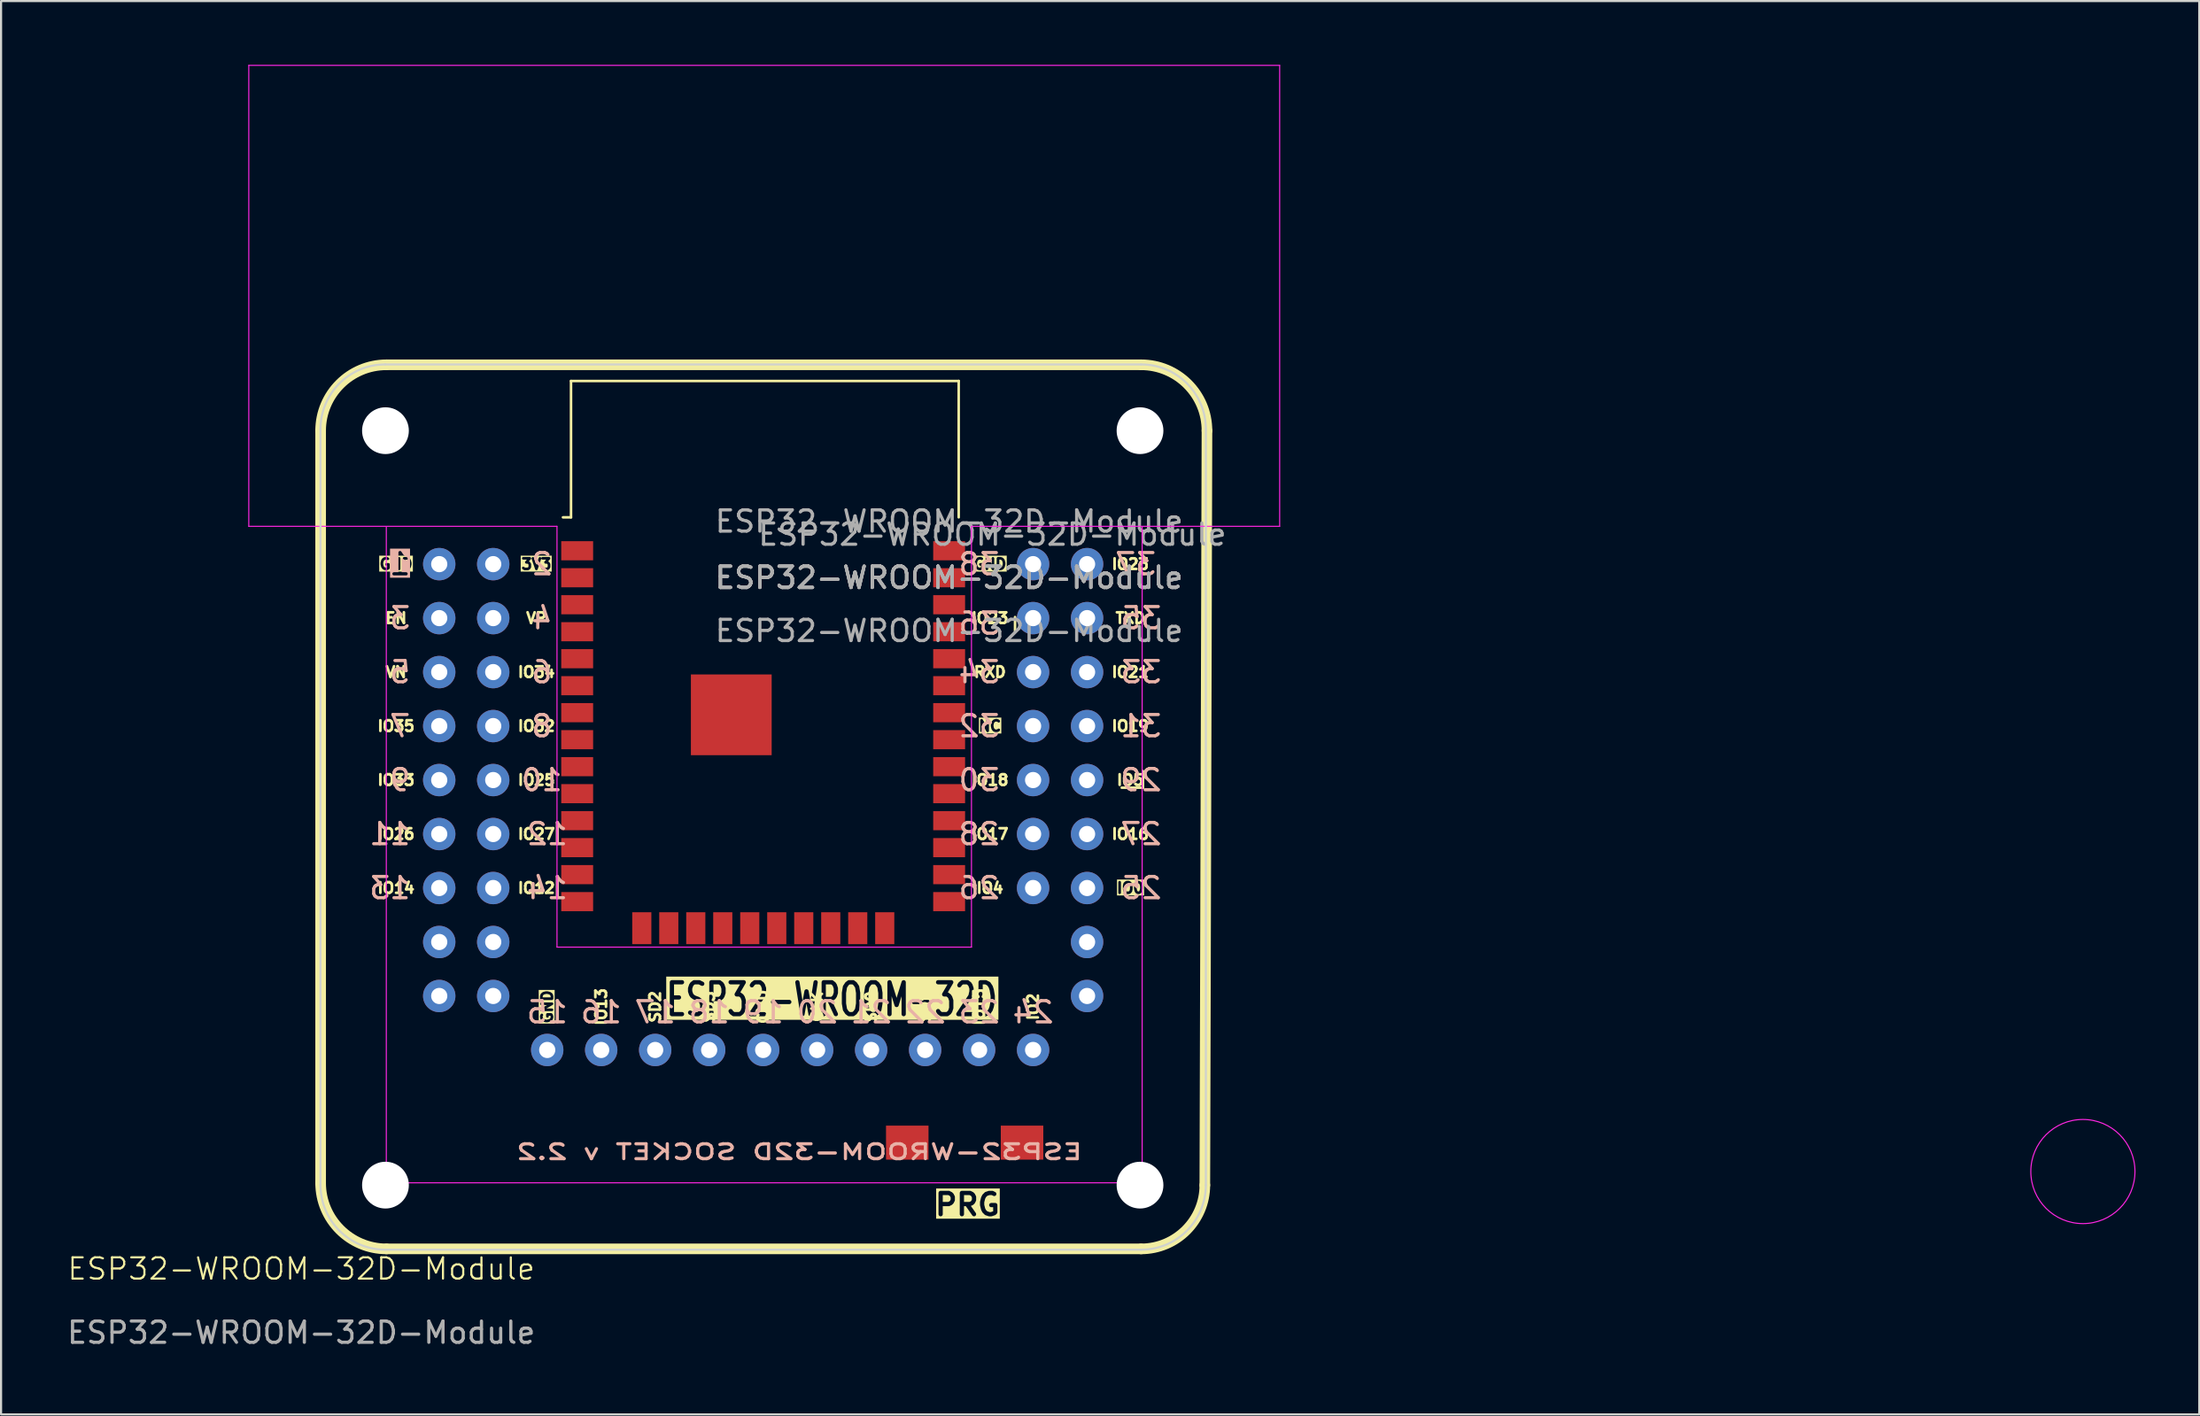
<source format=kicad_pcb>
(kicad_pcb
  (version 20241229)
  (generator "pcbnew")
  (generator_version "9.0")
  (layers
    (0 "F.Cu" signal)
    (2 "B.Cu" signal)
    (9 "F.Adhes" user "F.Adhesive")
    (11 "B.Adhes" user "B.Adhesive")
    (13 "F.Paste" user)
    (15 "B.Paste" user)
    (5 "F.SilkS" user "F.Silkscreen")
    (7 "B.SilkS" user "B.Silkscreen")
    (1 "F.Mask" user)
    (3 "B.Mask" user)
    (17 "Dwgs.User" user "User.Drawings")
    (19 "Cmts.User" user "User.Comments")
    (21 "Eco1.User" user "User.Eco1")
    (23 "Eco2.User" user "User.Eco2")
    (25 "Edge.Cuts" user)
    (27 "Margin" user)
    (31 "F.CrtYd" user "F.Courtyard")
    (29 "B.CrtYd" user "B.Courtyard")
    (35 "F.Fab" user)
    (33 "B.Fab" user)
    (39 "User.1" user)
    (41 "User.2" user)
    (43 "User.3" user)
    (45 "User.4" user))
  (footprint "ESP32-WROOM-32D-Module"
    (layer "F.Cu")
    (at 11.125 57.155)
    (property "Reference" "ESP32-WROOM-32D-Module" (at 0 -0.5 0) (unlocked yes) (layer "F.SilkS") (effects (font (size 1 1) (thickness 0.1))))
    (attr smd)
    (fp_line (start 0.91 -4.54) (end 0.91 -39.94) (stroke (width 0.5) (type default)) (layer "F.SilkS"))
    (fp_line (start 4.01 -1.44) (end 39.51 -1.44) (stroke (width 0.5) (type default)) (layer "F.SilkS"))
    (fp_line (start 12.69 -42.278) (end 12.69 -35.862) (stroke (width 0.12) (type solid)) (layer "F.SilkS"))
    (fp_line (start 12.69 -42.278) (end 30.93 -42.278) (stroke (width 0.12) (type solid)) (layer "F.SilkS"))
    (fp_line (start 12.69 -35.862) (end 12.31 -35.862) (stroke (width 0.12) (type solid)) (layer "F.SilkS"))
    (fp_line (start 30.93 -42.278) (end 30.93 -35.862) (stroke (width 0.12) (type solid)) (layer "F.SilkS"))
    (fp_line (start 33.58 -31.17) (end 33.58 -30.52) (stroke (width 0.12) (type solid)) (layer "F.SilkS"))
    (fp_line (start 39.51 -43.04) (end 4.01 -43.04) (stroke (width 0.5) (type default)) (layer "F.SilkS"))
    (fp_line (start 39.6 -23.92) (end 39.6 -23.14) (stroke (width 0.12) (type solid)) (layer "F.SilkS"))
    (fp_line (start 39.6 -23.14) (end 38.6 -23.14) (stroke (width 0.12) (type solid)) (layer "F.SilkS"))
    (fp_line (start 42.51 -4.44) (end 42.61 -39.94) (stroke (width 0.5) (type default)) (layer "F.SilkS"))
    (fp_arc (start 0.91 -39.94) (mid 1.817969 -42.132031) (end 4.01 -43.04) (stroke (width 0.5) (type default)) (layer "F.SilkS"))
    (fp_arc (start 4.01 -1.44) (mid 1.817969 -2.347969) (end 0.91 -4.54) (stroke (width 0.5) (type default)) (layer "F.SilkS"))
    (fp_arc (start 39.51 -43.04) (mid 41.702031 -42.132031) (end 42.61 -39.94) (stroke (width 0.5) (type default)) (layer "F.SilkS"))
    (fp_arc (start 42.51 -4.44) (mid 41.63132 -2.31868) (end 39.51 -1.44) (stroke (width 0.5) (type default)) (layer "F.SilkS"))
    (fp_line (start 0.902 -40.01) (end 0.902 -4.45) (stroke (width 0.1) (type default)) (layer "Edge.Cuts"))
    (fp_line (start 39.51 -43.058) (end 3.95 -43.058) (stroke (width 0.1) (type default)) (layer "Edge.Cuts"))
    (fp_line (start 39.51 -1.402) (end 3.95 -1.402) (stroke (width 0.1) (type default)) (layer "Edge.Cuts"))
    (fp_line (start 42.558 -4.45) (end 42.558 -40.01) (stroke (width 0.1) (type default)) (layer "Edge.Cuts"))
    (fp_arc (start 0.902 -40.01) (mid 1.794739 -42.165261) (end 3.95 -43.058) (stroke (width 0.1) (type default)) (layer "Edge.Cuts"))
    (fp_arc (start 3.95 -1.402) (mid 1.794739 -2.294739) (end 0.902 -4.45) (stroke (width 0.1) (type default)) (layer "Edge.Cuts"))
    (fp_arc (start 39.51 -43.058) (mid 41.665261 -42.165261) (end 42.558 -40.01) (stroke (width 0.1) (type default)) (layer "Edge.Cuts"))
    (fp_arc (start 42.558 -4.45) (mid 41.665261 -2.294739) (end 39.51 -1.402) (stroke (width 0.1) (type default)) (layer "Edge.Cuts"))
    (fp_line (start -2.47 -57.13) (end -2.47 -35.44) (stroke (width 0.05) (type solid)) (layer "F.CrtYd"))
    (fp_line (start -2.47 -57.13) (end 46.03 -57.13) (stroke (width 0.05) (type solid)) (layer "F.CrtYd"))
    (fp_line (start -2.47 -35.44) (end 12.03 -35.44) (stroke (width 0.05) (type solid)) (layer "F.CrtYd"))
    (fp_line (start 4 -35.411) (end 4 -4.55) (stroke (width 0.05) (type solid)) (layer "F.CrtYd"))
    (fp_line (start 12.03 -15.64) (end 12.03 -35.44) (stroke (width 0.05) (type solid)) (layer "F.CrtYd"))
    (fp_line (start 12.03 -15.64) (end 31.53 -15.64) (stroke (width 0.05) (type solid)) (layer "F.CrtYd"))
    (fp_line (start 31.53 -35.44) (end 31.53 -15.64) (stroke (width 0.05) (type solid)) (layer "F.CrtYd"))
    (fp_line (start 31.53 -35.44) (end 46.03 -35.44) (stroke (width 0.05) (type solid)) (layer "F.CrtYd"))
    (fp_line (start 39.56 -35.411) (end 39.56 -4.55) (stroke (width 0.05) (type solid)) (layer "F.CrtYd"))
    (fp_line (start 39.56 -4.55) (end 4 -4.55) (stroke (width 0.05) (type solid)) (layer "F.CrtYd"))
    (fp_line (start 46.03 -57.13) (end 46.03 -35.44) (stroke (width 0.05) (type solid)) (layer "F.CrtYd"))
    (fp_circle (center 83.82 -5.08) (end 86.27 -5.08) (stroke (width 0.05) (type solid)) (fill no) (layer "F.CrtYd"))
    (fp_text user "IO15" (at 31.89 -12.832 90) (unlocked yes) (layer "F.SilkS") (effects (font (size 0.5 0.5) (thickness 0.125))))
    (fp_text user "IO19" (at 39.002 -26.04 0) (unlocked yes) (layer "F.SilkS") (effects (font (size 0.5 0.5) (thickness 0.125))))
    (fp_text user "IO23" (at 32.398 -31.12 0) (unlocked yes) (layer "F.SilkS") (effects (font (size 0.5 0.5) (thickness 0.125))))
    (fp_text user "CMD" (at 21.73 -12.832 90) (unlocked yes) (layer "F.SilkS") (effects (font (size 0.5 0.5) (thickness 0.125))))
    (fp_text user "IO18" (at 32.398 -23.5 0) (unlocked yes) (layer "F.SilkS") (effects (font (size 0.5 0.5) (thickness 0.125))))
    (fp_text user "TXD" (at 39.002 -31.12 0) (unlocked yes) (layer "F.SilkS") (effects (font (size 0.5 0.5) (thickness 0.125))))
    (fp_text user "IO13" (at 14.11 -12.832 90) (unlocked yes) (layer "F.SilkS") (effects (font (size 0.5 0.5) (thickness 0.125))))
    (fp_text user "IO17" (at 32.398 -20.96 0) (unlocked yes) (layer "F.SilkS") (effects (font (size 0.5 0.5) (thickness 0.125))))
    (fp_text user "IO26" (at 4.458 -20.96 0) (unlocked yes) (layer "F.SilkS") (effects (font (size 0.5 0.5) (thickness 0.125))))
    (fp_text user "IO27" (at 11.062 -20.96 0) (unlocked yes) (layer "F.SilkS") (effects (font (size 0.5 0.5) (thickness 0.125))))
    (fp_text user "IO16" (at 39.002 -20.96 0) (unlocked yes) (layer "F.SilkS") (effects (font (size 0.5 0.5) (thickness 0.125))))
    (fp_text user "IO33" (at 4.458 -23.5 0) (unlocked yes) (layer "F.SilkS") (effects (font (size 0.5 0.5) (thickness 0.125))))
    (fp_text user "SD2" (at 16.65 -12.832 90) (unlocked yes) (layer "F.SilkS") (effects (font (size 0.5 0.5) (thickness 0.125))))
    (fp_text user "IO12" (at 11.062 -18.42 0) (unlocked yes) (layer "F.SilkS") (effects (font (size 0.5 0.5) (thickness 0.125))))
    (fp_text user "IO21" (at 39.002 -28.58 0) (unlocked yes) (layer "F.SilkS") (effects (font (size 0.5 0.5) (thickness 0.125))))
    (fp_text user "ESP32-WROOM-32D" (at 24.96 -13.17 0) (unlocked yes) (layer "F.SilkS" knockout) (effects (font (size 1.5 1) (thickness 0.2) (bold yes))))
    (fp_text user "CLK" (at 24.27 -12.832 90) (unlocked yes) (layer "F.SilkS") (effects (font (size 0.5 0.5) (thickness 0.125))))
    (fp_text user "VP" (at 11.062 -31.12 0) (unlocked yes) (layer "F.SilkS") (effects (font (size 0.5 0.5) (thickness 0.125))))
    (fp_text user "IO5" (at 39.002 -23.5 0) (unlocked yes) (layer "F.SilkS") (effects (font (size 0.5 0.5) (thickness 0.125))))
    (fp_text user "NC" (at 32.398 -26.04 0) (unlocked yes) (layer "F.SilkS" knockout) (effects (font (size 0.5 0.5) (thickness 0.125))))
    (fp_text user "IO25" (at 11.062 -23.5 0) (unlocked yes) (layer "F.SilkS") (effects (font (size 0.5 0.5) (thickness 0.125))))
    (fp_text user "SD3" (at 19.19 -12.832 90) (unlocked yes) (layer "F.SilkS") (effects (font (size 0.5 0.5) (thickness 0.125))))
    (fp_text user "IO4" (at 32.398 -18.42 0) (unlocked yes) (layer "F.SilkS") (effects (font (size 0.5 0.5) (thickness 0.125))))
    (fp_text user "RXD" (at 32.398 -28.58 0) (unlocked yes) (layer "F.SilkS") (effects (font (size 0.5 0.5) (thickness 0.125))))
    (fp_text user "SD0" (at 26.81 -12.832 90) (unlocked yes) (layer "F.SilkS") (effects (font (size 0.5 0.5) (thickness 0.125))))
    (fp_text user "IO0" (at 39.002 -18.42 0) (unlocked yes) (layer "F.SilkS" knockout) (effects (font (size 0.5 0.5) (thickness 0.125))))
    (fp_text user "GND" (at 11.57 -12.832 90) (unlocked yes) (layer "F.SilkS" knockout) (effects (font (size 0.5 0.5) (thickness 0.125))))
    (fp_text user "SD1" (at 29.35 -12.832 90) (unlocked yes) (layer "F.SilkS") (effects (font (size 0.5 0.5) (thickness 0.125))))
    (fp_text user "VN" (at 4.458 -28.58 0) (unlocked yes) (layer "F.SilkS") (effects (font (size 0.5 0.5) (thickness 0.125))))
    (fp_text user "IO35" (at 4.458 -26.04 0) (unlocked yes) (layer "F.SilkS") (effects (font (size 0.5 0.5) (thickness 0.125))))
    (fp_text user "PRG" (at 29.71 -2.94 0) (unlocked yes) (layer "F.SilkS" knockout) (effects (font (size 1 1) (thickness 0.2) (bold yes)) (justify left bottom)))
    (fp_text user "GND" (at 32.398 -33.66 0) (unlocked yes) (layer "F.SilkS" knockout) (effects (font (size 0.5 0.5) (thickness 0.125))))
    (fp_text user "IO34" (at 11.062 -28.58 0) (unlocked yes) (layer "F.SilkS") (effects (font (size 0.5 0.5) (thickness 0.125))))
    (fp_text user "IO23" (at 39.002 -33.66 0) (unlocked yes) (layer "F.SilkS") (effects (font (size 0.5 0.5) (thickness 0.125))))
    (fp_text user "3V3" (at 11.062 -33.66 0) (unlocked yes) (layer "F.SilkS" knockout) (effects (font (size 0.5 0.5) (thickness 0.125))))
    (fp_text user "GND" (at 4.458 -33.66 0) (unlocked yes) (layer "F.SilkS" knockout) (effects (font (size 0.5 0.5) (thickness 0.125))))
    (fp_text user "IO2" (at 34.43 -12.832 90) (unlocked yes) (layer "F.SilkS") (effects (font (size 0.5 0.5) (thickness 0.125))))
    (fp_text user "EN" (at 4.458 -31.12 0) (unlocked yes) (layer "F.SilkS") (effects (font (size 0.5 0.5) (thickness 0.125))))
    (fp_text user "IO14" (at 4.458 -18.42 0) (unlocked yes) (layer "F.SilkS") (effects (font (size 0.5 0.5) (thickness 0.125))))
    (fp_text user "IO32" (at 11.062 -26.04 0) (unlocked yes) (layer "F.SilkS") (effects (font (size 0.5 0.5) (thickness 0.125))))
    (fp_text user "22" (at 29.35 -12.578 0) (unlocked yes) (layer "B.SilkS") (effects (font (size 1 1) (thickness 0.15)) (justify mirror)))
    (fp_text user "17" (at 16.65 -12.578 0) (unlocked yes) (layer "B.SilkS") (effects (font (size 1 1) (thickness 0.15)) (justify mirror)))
    (fp_text user "24" (at 34.43 -12.578 0) (unlocked yes) (layer "B.SilkS") (effects (font (size 1 1) (thickness 0.15)) (justify mirror)))
    (fp_text user "20" (at 24.27 -12.578 0) (unlocked yes) (layer "B.SilkS") (effects (font (size 1 1) (thickness 0.15)) (justify mirror)))
    (fp_text user "8" (at 11.316 -26.04 0) (unlocked yes) (layer "B.SilkS") (effects (font (size 1 1) (thickness 0.15)) (justify mirror)))
    (fp_text user "7" (at 5.22 -26.04 0) (unlocked yes) (layer "B.SilkS") (effects (font (size 1 1) (thickness 0.15)) (justify left mirror)))
    (fp_text user "5" (at 5.22 -28.58 0) (unlocked yes) (layer "B.SilkS") (effects (font (size 1 1) (thickness 0.15)) (justify left mirror)))
    (fp_text user "36" (at 31.89 -30.866 0) (unlocked yes) (layer "B.SilkS") (effects (font (size 1 1) (thickness 0.15)) (justify mirror)))
    (fp_text user "18" (at 19.19 -12.578 0) (unlocked yes) (layer "B.SilkS") (effects (font (size 1 1) (thickness 0.15)) (justify mirror)))
    (fp_text user "37" (at 39.256 -33.66 0) (unlocked yes) (layer "B.SilkS") (effects (font (size 1 1) (thickness 0.15)) (justify mirror)))
    (fp_text user "23\n" (at 31.89 -12.578 0) (unlocked yes) (layer "B.SilkS") (effects (font (size 1 1) (thickness 0.15)) (justify mirror)))
    (fp_text user "16" (at 14.11 -12.578 0) (unlocked yes) (layer "B.SilkS") (effects (font (size 1 1) (thickness 0.15)) (justify mirror)))
    (fp_text user "11" (at 5.22 -20.96 0) (unlocked yes) (layer "B.SilkS") (effects (font (size 1 1) (thickness 0.15)) (justify left mirror)))
    (fp_text user "26" (at 31.89 -18.42 0) (unlocked yes) (layer "B.SilkS") (effects (font (size 1 1) (thickness 0.15)) (justify mirror)))
    (fp_text user "10" (at 11.316 -23.5 0) (unlocked yes) (layer "B.SilkS") (effects (font (size 1 1) (thickness 0.15)) (justify mirror)))
    (fp_text user "25" (at 39.51 -18.42 0) (unlocked yes) (layer "B.SilkS") (effects (font (size 1 1) (thickness 0.15)) (justify mirror)))
    (fp_text user "19" (at 21.73 -12.578 0) (unlocked yes) (layer "B.SilkS") (effects (font (size 1 1) (thickness 0.15)) (justify mirror)))
    (fp_text user "3" (at 5.22 -31.12 0) (unlocked yes) (layer "B.SilkS") (effects (font (size 1 1) (thickness 0.15)) (justify left mirror)))
    (fp_text user "2" (at 11.316 -33.66 0) (unlocked yes) (layer "B.SilkS") (effects (font (size 1 1) (thickness 0.15)) (justify mirror)))
    (fp_text user "ESP32-WROOM-32D SOCKET v 2.2" (at 36.843 -5.593 0) (unlocked yes) (layer "B.SilkS") (effects (font (size 0.7 1) (thickness 0.15)) (justify left bottom mirror)))
    (fp_text user "30" (at 31.89 -23.5 0) (unlocked yes) (layer "B.SilkS") (effects (font (size 1 1) (thickness 0.15)) (justify mirror)))
    (fp_text user "21" (at 26.81 -12.578 0) (unlocked yes) (layer "B.SilkS") (effects (font (size 1 1) (thickness 0.15)) (justify mirror)))
    (fp_text user "14" (at 11.57 -18.42 0) (unlocked yes) (layer "B.SilkS") (effects (font (size 1 1) (thickness 0.15)) (justify mirror)))
    (fp_text user "28" (at 31.89 -20.96 0) (unlocked yes) (layer "B.SilkS") (effects (font (size 1 1) (thickness 0.15)) (justify mirror)))
    (fp_text user "32" (at 31.89 -26.04 0) (unlocked yes) (layer "B.SilkS") (effects (font (size 1 1) (thickness 0.15)) (justify mirror)))
    (fp_text user "34" (at 31.89 -28.58 0) (unlocked yes) (layer "B.SilkS") (effects (font (size 1 1) (thickness 0.15)) (justify mirror)))
    (fp_text user "35" (at 39.51 -31.12 0) (unlocked yes) (layer "B.SilkS") (effects (font (size 1 1) (thickness 0.15)) (justify mirror)))
    (fp_text user "9" (at 5.22 -23.5 0) (unlocked yes) (layer "B.SilkS") (effects (font (size 1 1) (thickness 0.15)) (justify left mirror)))
    (fp_text user "31" (at 39.51 -26.04 0) (unlocked yes) (layer "B.SilkS") (effects (font (size 1 1) (thickness 0.15)) (justify mirror)))
    (fp_text user "13" (at 5.22 -18.42 0) (unlocked yes) (layer "B.SilkS") (effects (font (size 1 1) (thickness 0.15)) (justify left mirror)))
    (fp_text user "1" (at 5.22 -33.66 0) (unlocked yes) (layer "B.SilkS" knockout) (effects (font (size 1 1) (thickness 0.15)) (justify left mirror)))
    (fp_text user "29" (at 39.51 -23.5 0) (unlocked yes) (layer "B.SilkS") (effects (font (size 1 1) (thickness 0.15)) (justify mirror)))
    (fp_text user "27" (at 39.51 -20.96 0) (unlocked yes) (layer "B.SilkS") (effects (font (size 1 1) (thickness 0.15)) (justify mirror)))
    (fp_text user "6" (at 11.316 -28.58 0) (unlocked yes) (layer "B.SilkS") (effects (font (size 1 1) (thickness 0.15)) (justify mirror)))
    (fp_text user "12" (at 11.57 -20.96 0) (unlocked yes) (layer "B.SilkS") (effects (font (size 1 1) (thickness 0.15)) (justify mirror)))
    (fp_text user "38" (at 31.89 -33.66 0) (unlocked yes) (layer "B.SilkS") (effects (font (size 1 1) (thickness 0.15)) (justify mirror)))
    (fp_text user "15" (at 11.57 -12.578 0) (unlocked yes) (layer "B.SilkS") (effects (font (size 1 1) (thickness 0.15)) (justify mirror)))
    (fp_text user "33" (at 39.51 -28.58 0) (unlocked yes) (layer "B.SilkS") (effects (font (size 1 1) (thickness 0.15)) (justify mirror)))
    (fp_text user "4" (at 11.316 -31.12 0) (unlocked yes) (layer "B.SilkS") (effects (font (size 1 1) (thickness 0.15)) (justify mirror)))
    (fp_text user "${REFERENCE}" (at 32.512 -35.052 0) (layer "F.Fab") (effects (font (size 1 1) (thickness 0.15))))
    (fp_text user "${REFERENCE}" (at 30.48 -33.02 0) (layer "F.Fab") (effects (font (size 1 1) (thickness 0.15))))
    (fp_text user "${REFERENCE}" (at 0 2.5 0) (unlocked yes) (layer "F.Fab") (effects (font (size 1 1) (thickness 0.15))))
    (fp_text user "${REFERENCE}" (at 30.48 -35.67 180) (layer "F.Fab") (effects (font (size 1 1) (thickness 0.15))))
    (fp_text user "${REFERENCE}" (at 30.48 -33.02 0) (layer "F.Fab") (effects (font (size 1 1) (thickness 0.15))))
    (fp_text user "${REFERENCE}" (at 30.48 -30.52 0) (unlocked yes) (layer "F.Fab") (effects (font (size 1 1) (thickness 0.15))))
    (fp_text user "${REFERENCE}" (at 30.48 -33.02 0) (layer "F.Fab") (effects (font (size 1 1) (thickness 0.15))))
    (fp_text user "${REFERENCE}" (at 30.48 -33.02 0) (layer "F.Fab") (effects (font (size 1 1) (thickness 0.15))))
    (pad "" np_thru_hole circle (at 3.96 -39.94) (size 2.2 2.2) (drill 2.2) (layers "*.Cu" "*.Mask"))
    (pad "" np_thru_hole circle (at 3.96 -4.44) (size 2.2 2.2) (drill 2.2) (layers "*.Cu" "*.Mask"))
    (pad "" np_thru_hole circle (at 39.46 -39.94) (size 2.2 2.2) (drill 2.2) (layers "*.Cu" "*.Mask"))
    (pad "" np_thru_hole circle (at 39.46 -4.44) (size 2.2 2.2) (drill 2.2) (layers "*.Cu" "*.Mask"))
    (pad "1" thru_hole circle (at 6.49 -33.66) (size 1.524 1.524) (drill 0.762) (layers "*.Cu" "*.Mask"))
    (pad "1" thru_hole circle (at 6.49 -15.88) (size 1.524 1.524) (drill 0.762) (layers "*.Cu" "*.Mask"))
    (pad "1" thru_hole circle (at 6.49 -13.34) (size 1.524 1.524) (drill 0.762) (layers "*.Cu" "*.Mask"))
    (pad "1" smd rect (at 12.98 -34.29) (size 1.5 0.9) (layers "F.Cu" "F.Mask" "F.Paste"))
    (pad "1" smd rect (at 33.91 -6.44 180) (size 2 1.6) (layers "F.Cu" "F.Mask" "F.Paste"))
    (pad "1" thru_hole circle (at 36.97 -13.34 90) (size 1.524 1.524) (drill 0.762) (layers "*.Cu" "*.Mask"))
    (pad "2" thru_hole circle (at 9.03 -33.66) (size 1.524 1.524) (drill 0.762) (layers "*.Cu" "*.Mask"))
    (pad "2" thru_hole circle (at 9.03 -15.88) (size 1.524 1.524) (drill 0.762) (layers "*.Cu" "*.Mask"))
    (pad "2" thru_hole circle (at 9.03 -13.34) (size 1.524 1.524) (drill 0.762) (layers "*.Cu" "*.Mask"))
    (pad "2" smd rect (at 12.98 -33.02) (size 1.5 0.9) (layers "F.Cu" "F.Mask" "F.Paste"))
    (pad "2" smd rect (at 28.51 -6.44 180) (size 2 1.6) (layers "F.Cu" "F.Mask" "F.Paste"))
    (pad "2" thru_hole circle (at 36.97 -15.88 90) (size 1.524 1.524) (drill 0.762) (layers "*.Cu" "*.Mask"))
    (pad "3" thru_hole circle (at 6.49 -31.12) (size 1.524 1.524) (drill 0.762) (layers "*.Cu" "*.Mask"))
    (pad "3" smd rect (at 12.98 -31.75) (size 1.5 0.9) (layers "F.Cu" "F.Mask" "F.Paste"))
    (pad "4" thru_hole circle (at 9.03 -31.12) (size 1.524 1.524) (drill 0.762) (layers "*.Cu" "*.Mask"))
    (pad "4" smd rect (at 12.98 -30.48) (size 1.5 0.9) (layers "F.Cu" "F.Mask" "F.Paste"))
    (pad "5" thru_hole circle (at 6.49 -28.58) (size 1.524 1.524) (drill 0.762) (layers "*.Cu" "*.Mask"))
    (pad "5" smd rect (at 12.98 -29.21) (size 1.5 0.9) (layers "F.Cu" "F.Mask" "F.Paste"))
    (pad "6" thru_hole circle (at 9.03 -28.58) (size 1.524 1.524) (drill 0.762) (layers "*.Cu" "*.Mask"))
    (pad "6" smd rect (at 12.98 -27.94) (size 1.5 0.9) (layers "F.Cu" "F.Mask" "F.Paste"))
    (pad "7" thru_hole circle (at 6.49 -26.04) (size 1.524 1.524) (drill 0.762) (layers "*.Cu" "*.Mask"))
    (pad "7" smd rect (at 12.98 -26.67) (size 1.5 0.9) (layers "F.Cu" "F.Mask" "F.Paste"))
    (pad "8" thru_hole circle (at 9.03 -26.04) (size 1.524 1.524) (drill 0.762) (layers "*.Cu" "*.Mask"))
    (pad "8" smd rect (at 12.98 -25.4) (size 1.5 0.9) (layers "F.Cu" "F.Mask" "F.Paste"))
    (pad "9" thru_hole circle (at 6.49 -23.5) (size 1.524 1.524) (drill 0.762) (layers "*.Cu" "*.Mask"))
    (pad "9" smd rect (at 12.98 -24.13) (size 1.5 0.9) (layers "F.Cu" "F.Mask" "F.Paste"))
    (pad "10" thru_hole circle (at 9.03 -23.5) (size 1.524 1.524) (drill 0.762) (layers "*.Cu" "*.Mask"))
    (pad "10" smd rect (at 12.98 -22.86) (size 1.5 0.9) (layers "F.Cu" "F.Mask" "F.Paste"))
    (pad "11" thru_hole circle (at 6.49 -20.96) (size 1.524 1.524) (drill 0.762) (layers "*.Cu" "*.Mask"))
    (pad "11" smd rect (at 12.98 -21.59) (size 1.5 0.9) (layers "F.Cu" "F.Mask" "F.Paste"))
    (pad "12" thru_hole circle (at 9.03 -20.96) (size 1.524 1.524) (drill 0.762) (layers "*.Cu" "*.Mask"))
    (pad "12" smd rect (at 12.98 -20.32) (size 1.5 0.9) (layers "F.Cu" "F.Mask" "F.Paste"))
    (pad "13" thru_hole circle (at 6.49 -18.42) (size 1.524 1.524) (drill 0.762) (layers "*.Cu" "*.Mask"))
    (pad "13" smd rect (at 12.98 -19.05) (size 1.5 0.9) (layers "F.Cu" "F.Mask" "F.Paste"))
    (pad "14" thru_hole circle (at 9.03 -18.42) (size 1.524 1.524) (drill 0.762) (layers "*.Cu" "*.Mask"))
    (pad "14" smd rect (at 12.98 -17.78) (size 1.5 0.9) (layers "F.Cu" "F.Mask" "F.Paste"))
    (pad "15" thru_hole circle (at 11.57 -10.8 90) (size 1.524 1.524) (drill 0.762) (layers "*.Cu" "*.Mask"))
    (pad "15" smd rect (at 16.02 -16.53 90) (size 1.5 0.9) (layers "F.Cu" "F.Mask" "F.Paste"))
    (pad "16" thru_hole circle (at 14.11 -10.8 90) (size 1.524 1.524) (drill 0.762) (layers "*.Cu" "*.Mask"))
    (pad "16" smd rect (at 17.29 -16.53 90) (size 1.5 0.9) (layers "F.Cu" "F.Mask" "F.Paste"))
    (pad "17" thru_hole circle (at 16.65 -10.8 90) (size 1.524 1.524) (drill 0.762) (layers "*.Cu" "*.Mask"))
    (pad "17" smd rect (at 18.56 -16.53 90) (size 1.5 0.9) (layers "F.Cu" "F.Mask" "F.Paste"))
    (pad "18" thru_hole circle (at 19.19 -10.8 90) (size 1.524 1.524) (drill 0.762) (layers "*.Cu" "*.Mask"))
    (pad "18" smd rect (at 19.83 -16.53 90) (size 1.5 0.9) (layers "F.Cu" "F.Mask" "F.Paste"))
    (pad "19" smd rect (at 21.1 -16.53 90) (size 1.5 0.9) (layers "F.Cu" "F.Mask" "F.Paste"))
    (pad "19" thru_hole circle (at 21.73 -10.8 90) (size 1.524 1.524) (drill 0.762) (layers "*.Cu" "*.Mask"))
    (pad "20" smd rect (at 22.37 -16.53 90) (size 1.5 0.9) (layers "F.Cu" "F.Mask" "F.Paste"))
    (pad "20" thru_hole circle (at 24.27 -10.8 90) (size 1.524 1.524) (drill 0.762) (layers "*.Cu" "*.Mask"))
    (pad "21" smd rect (at 23.64 -16.53 90) (size 1.5 0.9) (layers "F.Cu" "F.Mask" "F.Paste"))
    (pad "21" thru_hole circle (at 26.81 -10.8 90) (size 1.524 1.524) (drill 0.762) (layers "*.Cu" "*.Mask"))
    (pad "22" smd rect (at 24.91 -16.53 90) (size 1.5 0.9) (layers "F.Cu" "F.Mask" "F.Paste"))
    (pad "22" thru_hole circle (at 29.35 -10.8 90) (size 1.524 1.524) (drill 0.762) (layers "*.Cu" "*.Mask"))
    (pad "23" smd rect (at 26.18 -16.53 90) (size 1.5 0.9) (layers "F.Cu" "F.Mask" "F.Paste"))
    (pad "23" thru_hole circle (at 31.89 -10.8 90) (size 1.524 1.524) (drill 0.762) (layers "*.Cu" "*.Mask"))
    (pad "24" smd rect (at 27.45 -16.53 90) (size 1.5 0.9) (layers "F.Cu" "F.Mask" "F.Paste"))
    (pad "24" thru_hole circle (at 34.43 -10.8 90) (size 1.524 1.524) (drill 0.762) (layers "*.Cu" "*.Mask"))
    (pad "25" smd rect (at 30.48 -17.78) (size 1.5 0.9) (layers "F.Cu" "F.Mask" "F.Paste"))
    (pad "25" thru_hole circle (at 36.97 -18.42) (size 1.524 1.524) (drill 0.762) (layers "*.Cu" "*.Mask"))
    (pad "26" smd rect (at 30.48 -19.05) (size 1.5 0.9) (layers "F.Cu" "F.Mask" "F.Paste"))
    (pad "26" thru_hole circle (at 34.43 -18.42) (size 1.524 1.524) (drill 0.762) (layers "*.Cu" "*.Mask"))
    (pad "27" smd rect (at 30.48 -20.32) (size 1.5 0.9) (layers "F.Cu" "F.Mask" "F.Paste"))
    (pad "27" thru_hole circle (at 36.97 -20.96) (size 1.524 1.524) (drill 0.762) (layers "*.Cu" "*.Mask"))
    (pad "28" smd rect (at 30.48 -21.59) (size 1.5 0.9) (layers "F.Cu" "F.Mask" "F.Paste"))
    (pad "28" thru_hole circle (at 34.43 -20.96) (size 1.524 1.524) (drill 0.762) (layers "*.Cu" "*.Mask"))
    (pad "29" smd rect (at 30.48 -22.86) (size 1.5 0.9) (layers "F.Cu" "F.Mask" "F.Paste"))
    (pad "29" thru_hole circle (at 36.97 -23.5) (size 1.524 1.524) (drill 0.762) (layers "*.Cu" "*.Mask"))
    (pad "30" smd rect (at 30.48 -24.13) (size 1.5 0.9) (layers "F.Cu" "F.Mask" "F.Paste"))
    (pad "30" thru_hole circle (at 34.43 -23.5) (size 1.524 1.524) (drill 0.762) (layers "*.Cu" "*.Mask"))
    (pad "31" smd rect (at 30.48 -25.4) (size 1.5 0.9) (layers "F.Cu" "F.Mask" "F.Paste"))
    (pad "31" thru_hole circle (at 36.97 -26.04) (size 1.524 1.524) (drill 0.762) (layers "*.Cu" "*.Mask"))
    (pad "32" smd rect (at 30.48 -26.67) (size 1.5 0.9) (layers "F.Cu" "F.Mask" "F.Paste"))
    (pad "32" thru_hole circle (at 34.43 -26.04) (size 1.524 1.524) (drill 0.762) (layers "*.Cu" "*.Mask"))
    (pad "33" smd rect (at 30.48 -27.94) (size 1.5 0.9) (layers "F.Cu" "F.Mask" "F.Paste"))
    (pad "33" thru_hole circle (at 36.97 -28.58) (size 1.524 1.524) (drill 0.762) (layers "*.Cu" "*.Mask"))
    (pad "34" smd rect (at 30.48 -29.21) (size 1.5 0.9) (layers "F.Cu" "F.Mask" "F.Paste"))
    (pad "34" thru_hole circle (at 34.43 -28.58) (size 1.524 1.524) (drill 0.762) (layers "*.Cu" "*.Mask"))
    (pad "35" smd rect (at 30.48 -30.48) (size 1.5 0.9) (layers "F.Cu" "F.Mask" "F.Paste"))
    (pad "35" thru_hole circle (at 36.97 -31.12) (size 1.524 1.524) (drill 0.762) (layers "*.Cu" "*.Mask"))
    (pad "36" smd rect (at 30.48 -31.75) (size 1.5 0.9) (layers "F.Cu" "F.Mask" "F.Paste"))
    (pad "36" thru_hole circle (at 34.43 -31.12) (size 1.524 1.524) (drill 0.762) (layers "*.Cu" "*.Mask"))
    (pad "37" smd rect (at 30.48 -33.02) (size 1.5 0.9) (layers "F.Cu" "F.Mask" "F.Paste"))
    (pad "37" thru_hole circle (at 36.97 -33.66) (size 1.524 1.524) (drill 0.762) (layers "*.Cu" "*.Mask"))
    (pad "38" smd rect (at 30.48 -34.29) (size 1.5 0.9) (layers "F.Cu" "F.Mask" "F.Paste"))
    (pad "38" thru_hole circle (at 34.43 -33.66) (size 1.524 1.524) (drill 0.762) (layers "*.Cu" "*.Mask"))
    (pad "39" smd rect (at 20.23 -26.57) (size 3.8 3.8) (layers "F.Cu" "F.Mask"))
    (zone (net_name "") (layers "F.Cu" "B.Cu") (hatch full 0.508) (connect_pads) (min_thickness 0.254) (filled_areas_thickness no) (keepout (tracks not_allowed) (vias not_allowed) (pads not_allowed) (copperpour not_allowed) (footprints not_allowed)) (placement (enabled no)) (fill) (polygon (pts (xy 8.855 21.565) (xy 56.855 21.565) (xy 56.855 0.375) (xy 8.855 0.375)))))
  (gr_rect
    (start -3 -3)
    (end 100.42 63.503)
    (stroke (width 0.1) (type default))
    (fill no)
    (layer "Edge.Cuts")))
</source>
